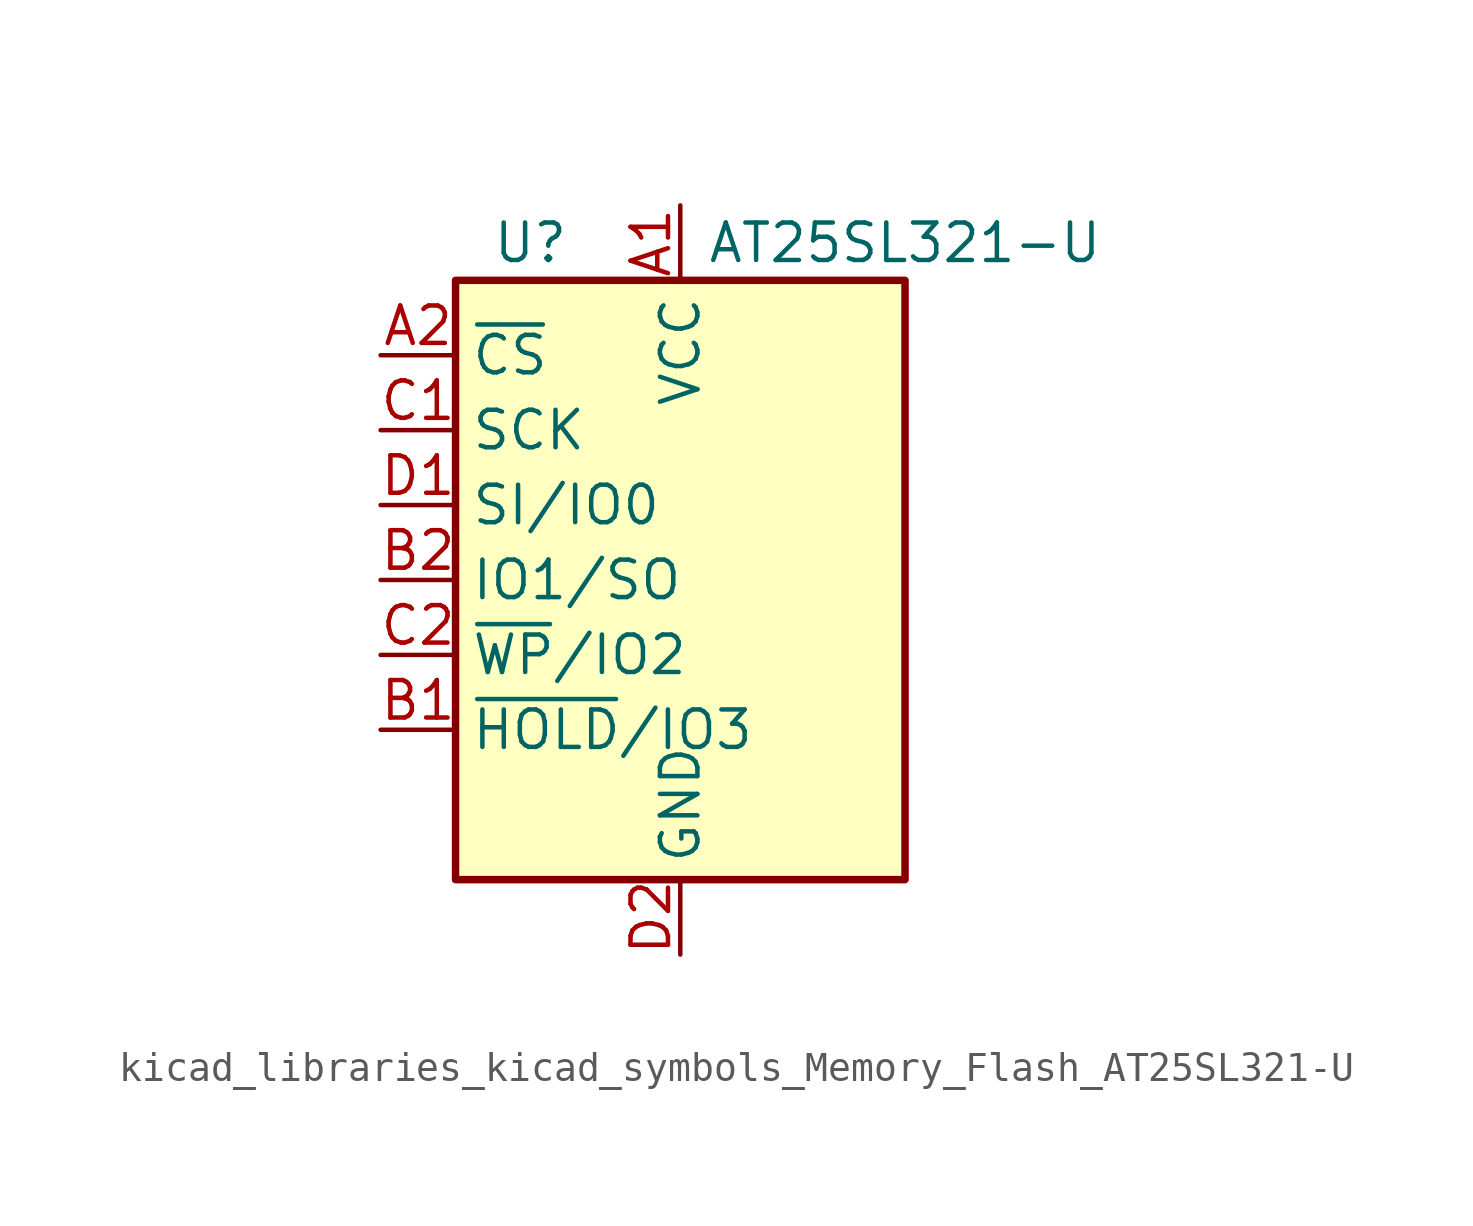
<source format=kicad_sym>
(kicad_symbol_lib
  (version 20220914)
  (generator kicad_symbol_editor)
  (symbol "kicad_libraries_kicad_symbols_Memory_Flash_AT25SL321-U"
    (property "Reference" "U"
      (at -5.08 11.43 0)
      (effects (font (size 1.27 1.27))))
    (property "Value" "AT25SL321-U"
      (at 7.62 11.43 0)
      (effects (font (size 1.27 1.27))))
    (symbol "kicad_libraries_kicad_symbols_Memory_Flash_AT25SL321-U_0_1"
      (rectangle (start -7.62 10.16) (end 7.62 -10.16) (stroke (width 0.254) (type default)) (fill (type background))))
    (symbol "kicad_libraries_kicad_symbols_Memory_Flash_AT25SL321-U_1_1"
      (pin power_in line (at 0 12.7 270) (length 2.54) (name "VCC" (effects (font (size 1.27 1.27)))) (number "A1" (effects (font (size 1.27 1.27)))))
      (pin input line (at -10.16 7.62 0) (length 2.54) (name "~{CS}" (effects (font (size 1.27 1.27)))) (number "A2" (effects (font (size 1.27 1.27)))))
      (pin bidirectional line (at -10.16 -5.08 0) (length 2.54) (name "~{HOLD}/IO3" (effects (font (size 1.27 1.27)))) (number "B1" (effects (font (size 1.27 1.27)))))
      (pin bidirectional line (at -10.16 0 0) (length 2.54) (name "IO1/SO" (effects (font (size 1.27 1.27)))) (number "B2" (effects (font (size 1.27 1.27)))))
      (pin input line (at -10.16 5.08 0) (length 2.54) (name "SCK" (effects (font (size 1.27 1.27)))) (number "C1" (effects (font (size 1.27 1.27)))))
      (pin bidirectional line (at -10.16 -2.54 0) (length 2.54) (name "~{WP}/IO2" (effects (font (size 1.27 1.27)))) (number "C2" (effects (font (size 1.27 1.27)))))
      (pin bidirectional line (at -10.16 2.54 0) (length 2.54) (name "SI/IO0" (effects (font (size 1.27 1.27)))) (number "D1" (effects (font (size 1.27 1.27)))))
      (pin power_in line (at 0 -12.7 90) (length 2.54) (name "GND" (effects (font (size 1.27 1.27)))) (number "D2" (effects (font (size 1.27 1.27))))))))
</source>
